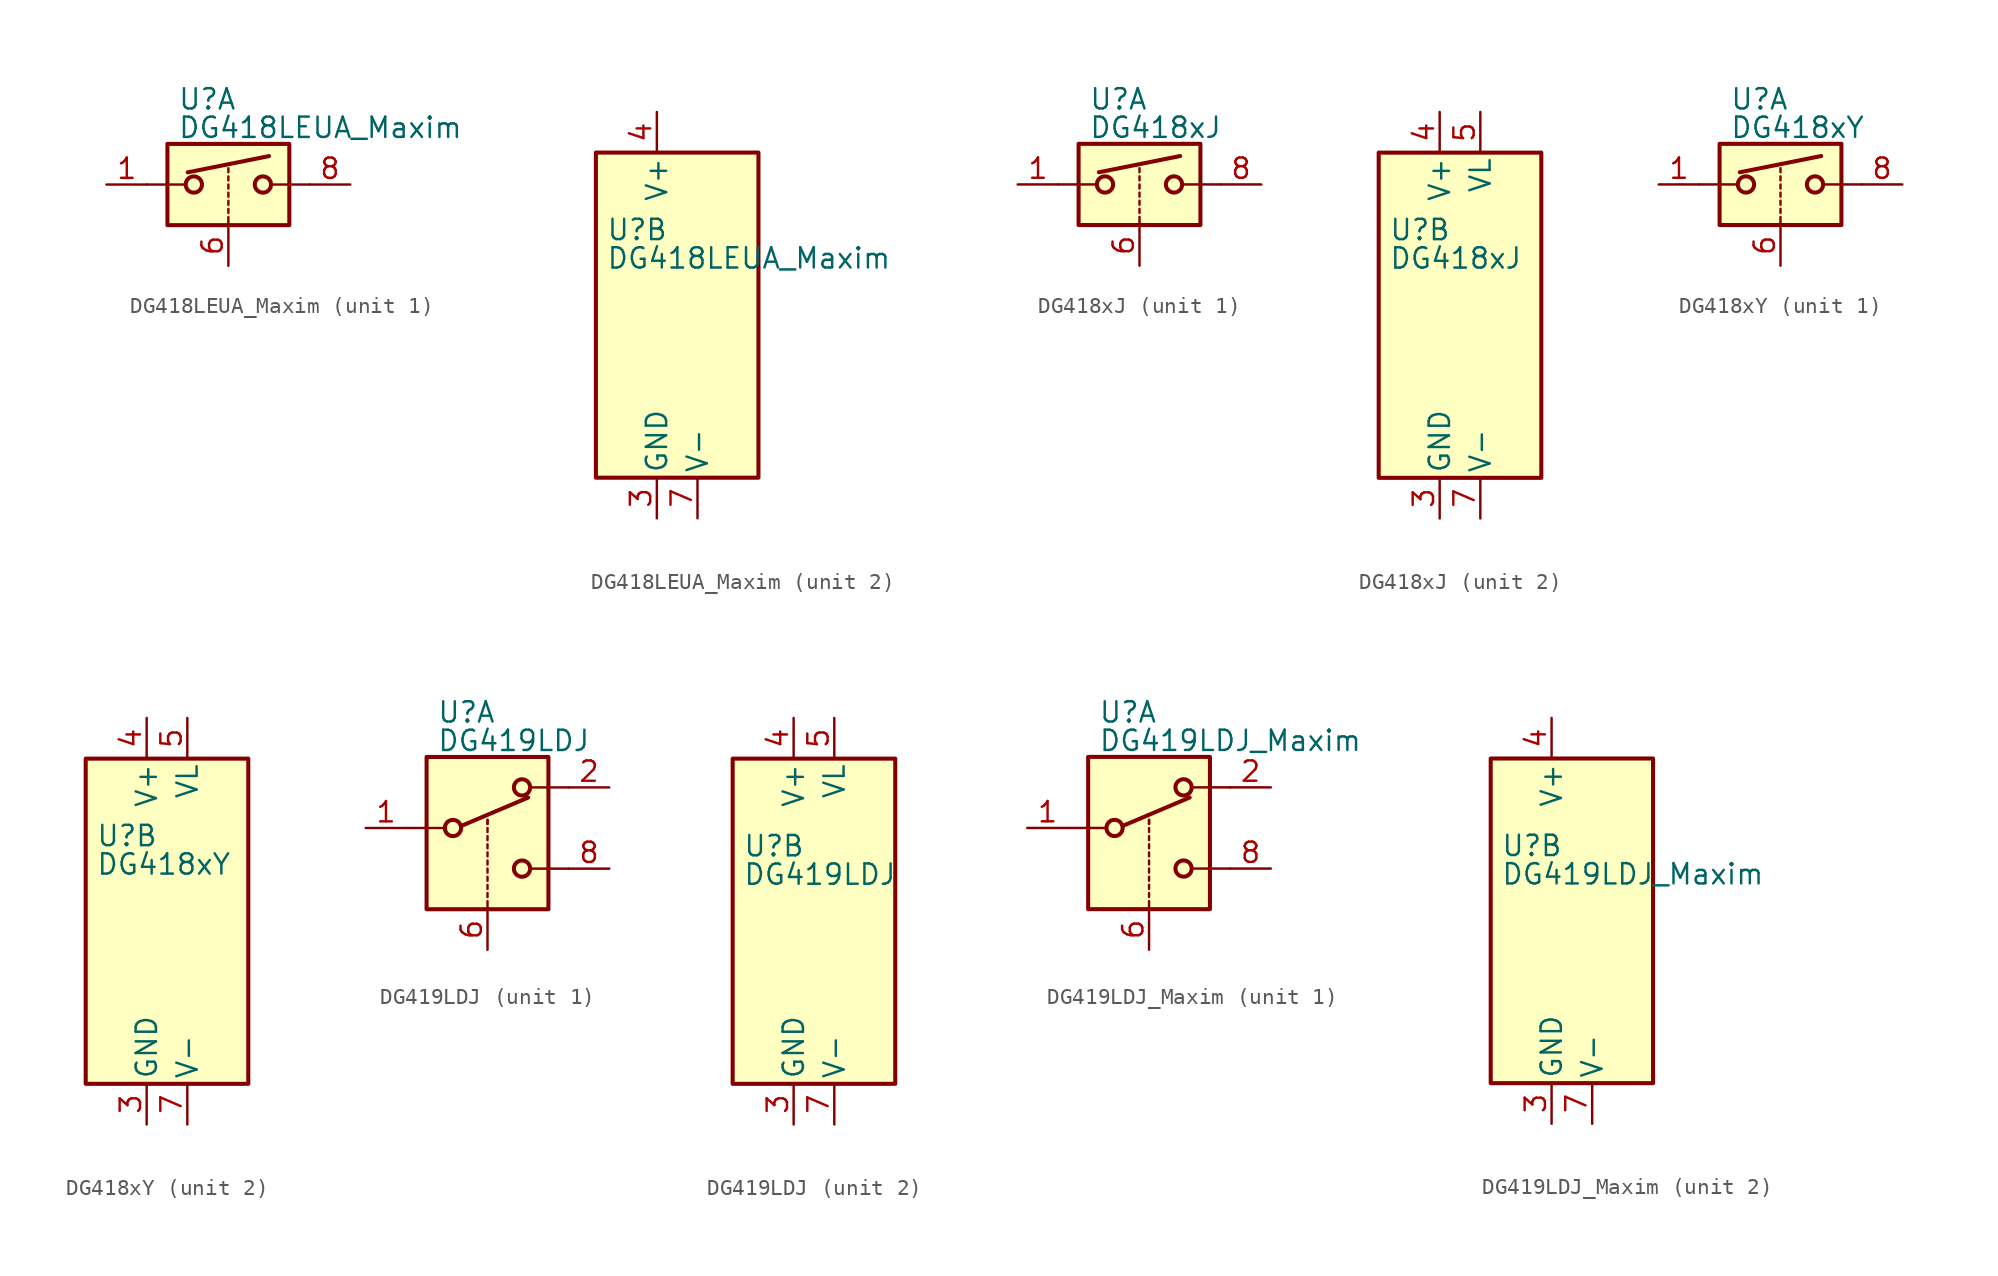
<source format=kicad_sym>
(kicad_symbol_lib
  (version 20220914)
  (generator kicad_symbol_editor)
  (symbol "DG418LEUA_Maxim"
    (pin_names
      (offset 0.254))
    (property "Reference" "U"
      (at -3.175 5.334 0)
      (effects (font (size 1.27 1.27)) (justify left)))
    (property "Value" "DG418LEUA_Maxim"
      (at -3.175 3.556 0)
      (effects (font (size 1.27 1.27)) (justify left)))
    (symbol "DG418LEUA_Maxim_1_1"
      (rectangle (start -3.81 2.54) (end 3.81 -2.54) (stroke (width 0.254) (type default)) (fill (type background)))
      (circle (center -2.159 0) (radius 0.508) (stroke (width 0.254) (type default)) (fill (type none)))
      (polyline (pts (xy -5.08 0) (xy -2.794 0)) (stroke (width 0) (type default)) (fill (type none)))
      (polyline (pts (xy -2.54 0.762) (xy 2.54 1.778)) (stroke (width 0.254) (type default)) (fill (type none)))
      (polyline (pts (xy 0 -2.54) (xy 0 -2.032)) (stroke (width 0) (type default)) (fill (type none)))
      (polyline (pts (xy 0 -1.778) (xy 0 -1.524)) (stroke (width 0) (type default)) (fill (type none)))
      (polyline (pts (xy 0 -1.27) (xy 0 -1.016)) (stroke (width 0) (type default)) (fill (type none)))
      (polyline (pts (xy 0 -0.762) (xy 0 -0.508)) (stroke (width 0) (type default)) (fill (type none)))
      (polyline (pts (xy 0 -0.254) (xy 0 0)) (stroke (width 0) (type default)) (fill (type none)))
      (polyline (pts (xy 0 0.254) (xy 0 0.508)) (stroke (width 0) (type default)) (fill (type none)))
      (polyline (pts (xy 0 0.762) (xy 0 1.016)) (stroke (width 0) (type default)) (fill (type none)))
      (polyline (pts (xy 5.08 0) (xy 2.794 0)) (stroke (width 0) (type default)) (fill (type none)))
      (circle (center 2.159 0) (radius 0.508) (stroke (width 0.254) (type default)) (fill (type none)))
      (pin passive line (at -7.62 0 0) (length 2.54) (name "~" (effects (font (size 1.27 1.27)))) (number "1" (effects (font (size 1.27 1.27)))))
      (pin input line (at 0 -5.08 90) (length 2.54) (name "~" (effects (font (size 1.27 1.27)))) (number "6" (effects (font (size 1.27 1.27)))))
      (pin passive line (at 7.62 0 180) (length 2.54) (name "~" (effects (font (size 1.27 1.27)))) (number "8" (effects (font (size 1.27 1.27))))))
    (symbol "DG418LEUA_Maxim_2_0"
      (pin no_connect line (at -2.54 10.16 270) (length 2.54) hide (name "NC" (effects (font (size 1.27 1.27)))) (number "2" (effects (font (size 1.27 1.27)))))
      (pin power_in line (at 0 -12.7 90) (length 2.54) (name "GND" (effects (font (size 1.27 1.27)))) (number "3" (effects (font (size 1.27 1.27)))))
      (pin power_in line (at 0 12.7 270) (length 2.54) (name "V+" (effects (font (size 1.27 1.27)))) (number "4" (effects (font (size 1.27 1.27)))))
      (pin no_connect line (at 2.54 10.16 270) (length 2.54) hide (name "NC" (effects (font (size 1.27 1.27)))) (number "5" (effects (font (size 1.27 1.27)))))
      (pin power_in line (at 2.54 -12.7 90) (length 2.54) (name "V-" (effects (font (size 1.27 1.27)))) (number "7" (effects (font (size 1.27 1.27))))))
    (symbol "DG418LEUA_Maxim_2_1"
      (rectangle (start -3.81 10.16) (end 6.35 -10.16) (stroke (width 0.254) (type default)) (fill (type background)))))
  (symbol "DG418xJ"
    (pin_names
      (offset 0.254))
    (property "Reference" "U"
      (at -3.175 5.334 0)
      (effects (font (size 1.27 1.27)) (justify left)))
    (property "Value" "DG418xJ"
      (at -3.175 3.556 0)
      (effects (font (size 1.27 1.27)) (justify left)))
    (symbol "DG418xJ_1_1"
      (rectangle (start -3.81 2.54) (end 3.81 -2.54) (stroke (width 0.254) (type default)) (fill (type background)))
      (circle (center -2.159 0) (radius 0.508) (stroke (width 0.254) (type default)) (fill (type none)))
      (polyline (pts (xy -5.08 0) (xy -2.794 0)) (stroke (width 0) (type default)) (fill (type none)))
      (polyline (pts (xy -2.54 0.762) (xy 2.54 1.778)) (stroke (width 0.254) (type default)) (fill (type none)))
      (polyline (pts (xy 0 -2.54) (xy 0 -2.032)) (stroke (width 0) (type default)) (fill (type none)))
      (polyline (pts (xy 0 -1.778) (xy 0 -1.524)) (stroke (width 0) (type default)) (fill (type none)))
      (polyline (pts (xy 0 -1.27) (xy 0 -1.016)) (stroke (width 0) (type default)) (fill (type none)))
      (polyline (pts (xy 0 -0.762) (xy 0 -0.508)) (stroke (width 0) (type default)) (fill (type none)))
      (polyline (pts (xy 0 -0.254) (xy 0 0)) (stroke (width 0) (type default)) (fill (type none)))
      (polyline (pts (xy 0 0.254) (xy 0 0.508)) (stroke (width 0) (type default)) (fill (type none)))
      (polyline (pts (xy 0 0.762) (xy 0 1.016)) (stroke (width 0) (type default)) (fill (type none)))
      (polyline (pts (xy 5.08 0) (xy 2.794 0)) (stroke (width 0) (type default)) (fill (type none)))
      (circle (center 2.159 0) (radius 0.508) (stroke (width 0.254) (type default)) (fill (type none)))
      (pin passive line (at -7.62 0 0) (length 2.54) (name "~" (effects (font (size 1.27 1.27)))) (number "1" (effects (font (size 1.27 1.27)))))
      (pin input line (at 0 -5.08 90) (length 2.54) (name "~" (effects (font (size 1.27 1.27)))) (number "6" (effects (font (size 1.27 1.27)))))
      (pin passive line (at 7.62 0 180) (length 2.54) (name "~" (effects (font (size 1.27 1.27)))) (number "8" (effects (font (size 1.27 1.27))))))
    (symbol "DG418xJ_2_0"
      (pin no_connect line (at -2.54 10.16 270) (length 2.54) hide (name "NC" (effects (font (size 1.27 1.27)))) (number "2" (effects (font (size 1.27 1.27)))))
      (pin power_in line (at 0 -12.7 90) (length 2.54) (name "GND" (effects (font (size 1.27 1.27)))) (number "3" (effects (font (size 1.27 1.27)))))
      (pin power_in line (at 0 12.7 270) (length 2.54) (name "V+" (effects (font (size 1.27 1.27)))) (number "4" (effects (font (size 1.27 1.27)))))
      (pin power_in line (at 2.54 12.7 270) (length 2.54) (name "VL" (effects (font (size 1.27 1.27)))) (number "5" (effects (font (size 1.27 1.27)))))
      (pin power_in line (at 2.54 -12.7 90) (length 2.54) (name "V-" (effects (font (size 1.27 1.27)))) (number "7" (effects (font (size 1.27 1.27))))))
    (symbol "DG418xJ_2_1"
      (rectangle (start -3.81 10.16) (end 6.35 -10.16) (stroke (width 0.254) (type default)) (fill (type background)))))
  (symbol "DG418xY"
    (pin_names
      (offset 0.254))
    (property "Reference" "U"
      (at -3.175 5.334 0)
      (effects (font (size 1.27 1.27)) (justify left)))
    (property "Value" "DG418xY"
      (at -3.175 3.556 0)
      (effects (font (size 1.27 1.27)) (justify left)))
    (symbol "DG418xY_1_1"
      (rectangle (start -3.81 2.54) (end 3.81 -2.54) (stroke (width 0.254) (type default)) (fill (type background)))
      (circle (center -2.159 0) (radius 0.508) (stroke (width 0.254) (type default)) (fill (type none)))
      (polyline (pts (xy -5.08 0) (xy -2.794 0)) (stroke (width 0) (type default)) (fill (type none)))
      (polyline (pts (xy -2.54 0.762) (xy 2.54 1.778)) (stroke (width 0.254) (type default)) (fill (type none)))
      (polyline (pts (xy 0 -2.54) (xy 0 -2.032)) (stroke (width 0) (type default)) (fill (type none)))
      (polyline (pts (xy 0 -1.778) (xy 0 -1.524)) (stroke (width 0) (type default)) (fill (type none)))
      (polyline (pts (xy 0 -1.27) (xy 0 -1.016)) (stroke (width 0) (type default)) (fill (type none)))
      (polyline (pts (xy 0 -0.762) (xy 0 -0.508)) (stroke (width 0) (type default)) (fill (type none)))
      (polyline (pts (xy 0 -0.254) (xy 0 0)) (stroke (width 0) (type default)) (fill (type none)))
      (polyline (pts (xy 0 0.254) (xy 0 0.508)) (stroke (width 0) (type default)) (fill (type none)))
      (polyline (pts (xy 0 0.762) (xy 0 1.016)) (stroke (width 0) (type default)) (fill (type none)))
      (polyline (pts (xy 5.08 0) (xy 2.794 0)) (stroke (width 0) (type default)) (fill (type none)))
      (circle (center 2.159 0) (radius 0.508) (stroke (width 0.254) (type default)) (fill (type none)))
      (pin passive line (at -7.62 0 0) (length 2.54) (name "~" (effects (font (size 1.27 1.27)))) (number "1" (effects (font (size 1.27 1.27)))))
      (pin input line (at 0 -5.08 90) (length 2.54) (name "~" (effects (font (size 1.27 1.27)))) (number "6" (effects (font (size 1.27 1.27)))))
      (pin passive line (at 7.62 0 180) (length 2.54) (name "~" (effects (font (size 1.27 1.27)))) (number "8" (effects (font (size 1.27 1.27))))))
    (symbol "DG418xY_2_0"
      (pin no_connect line (at -2.54 10.16 270) (length 2.54) hide (name "NC" (effects (font (size 1.27 1.27)))) (number "2" (effects (font (size 1.27 1.27)))))
      (pin power_in line (at 0 -12.7 90) (length 2.54) (name "GND" (effects (font (size 1.27 1.27)))) (number "3" (effects (font (size 1.27 1.27)))))
      (pin power_in line (at 0 12.7 270) (length 2.54) (name "V+" (effects (font (size 1.27 1.27)))) (number "4" (effects (font (size 1.27 1.27)))))
      (pin power_in line (at 2.54 12.7 270) (length 2.54) (name "VL" (effects (font (size 1.27 1.27)))) (number "5" (effects (font (size 1.27 1.27)))))
      (pin power_in line (at 2.54 -12.7 90) (length 2.54) (name "V-" (effects (font (size 1.27 1.27)))) (number "7" (effects (font (size 1.27 1.27))))))
    (symbol "DG418xY_2_1"
      (rectangle (start -3.81 10.16) (end 6.35 -10.16) (stroke (width 0.254) (type default)) (fill (type background)))))
  (symbol "DG419LDJ"
    (pin_names
      (offset 0.254))
    (property "Reference" "U"
      (at -3.175 4.699 0)
      (effects (font (size 1.27 1.27)) (justify left)))
    (property "Value" "DG419LDJ"
      (at -3.175 2.921 0)
      (effects (font (size 1.27 1.27)) (justify left)))
    (symbol "DG419LDJ_1_1"
      (rectangle (start -3.81 1.905) (end 3.81 -7.62) (stroke (width 0.254) (type default)) (fill (type background)))
      (circle (center -2.159 -2.54) (radius 0.508) (stroke (width 0.254) (type default)) (fill (type none)))
      (polyline (pts (xy -5.08 -2.54) (xy -2.794 -2.54)) (stroke (width 0) (type default)) (fill (type none)))
      (polyline (pts (xy -1.651 -2.413) (xy 2.54 -0.635)) (stroke (width 0.254) (type default)) (fill (type none)))
      (polyline (pts (xy 0 -7.62) (xy 0 -7.112)) (stroke (width 0) (type default)) (fill (type none)))
      (polyline (pts (xy 0 -6.858) (xy 0 -6.604)) (stroke (width 0) (type default)) (fill (type none)))
      (polyline (pts (xy 0 -6.35) (xy 0 -6.096)) (stroke (width 0) (type default)) (fill (type none)))
      (polyline (pts (xy 0 -5.842) (xy 0 -5.588)) (stroke (width 0) (type default)) (fill (type none)))
      (polyline (pts (xy 0 -5.334) (xy 0 -5.08)) (stroke (width 0) (type default)) (fill (type none)))
      (polyline (pts (xy 0 -4.826) (xy 0 -4.572)) (stroke (width 0) (type default)) (fill (type none)))
      (polyline (pts (xy 0 -4.318) (xy 0 -4.064)) (stroke (width 0) (type default)) (fill (type none)))
      (polyline (pts (xy 0 -3.81) (xy 0 -3.556)) (stroke (width 0) (type default)) (fill (type none)))
      (polyline (pts (xy 0 -3.302) (xy 0 -3.048)) (stroke (width 0) (type default)) (fill (type none)))
      (polyline (pts (xy 0 -2.794) (xy 0 -2.54)) (stroke (width 0) (type default)) (fill (type none)))
      (polyline (pts (xy 0 -2.286) (xy 0 -2.032)) (stroke (width 0) (type default)) (fill (type none)))
      (polyline (pts (xy 0 -2.286) (xy 0 -2.032)) (stroke (width 0) (type default)) (fill (type none)))
      (polyline (pts (xy 5.08 -5.08) (xy 2.794 -5.08)) (stroke (width 0) (type default)) (fill (type none)))
      (polyline (pts (xy 5.08 0) (xy 2.794 0)) (stroke (width 0) (type default)) (fill (type none)))
      (circle (center 2.159 -5.08) (radius 0.508) (stroke (width 0.254) (type default)) (fill (type none)))
      (circle (center 2.159 0) (radius 0.508) (stroke (width 0.254) (type default)) (fill (type none)))
      (pin passive line (at -7.62 -2.54 0) (length 2.54) (name "~" (effects (font (size 1.27 1.27)))) (number "1" (effects (font (size 1.27 1.27)))))
      (pin passive line (at 7.62 0 180) (length 2.54) (name "~" (effects (font (size 1.27 1.27)))) (number "2" (effects (font (size 1.27 1.27)))))
      (pin input line (at 0 -10.16 90) (length 2.54) (name "~" (effects (font (size 1.27 1.27)))) (number "6" (effects (font (size 1.27 1.27)))))
      (pin passive line (at 7.62 -5.08 180) (length 2.54) (name "~" (effects (font (size 1.27 1.27)))) (number "8" (effects (font (size 1.27 1.27))))))
    (symbol "DG419LDJ_2_0"
      (pin power_in line (at 0 -12.7 90) (length 2.54) (name "GND" (effects (font (size 1.27 1.27)))) (number "3" (effects (font (size 1.27 1.27)))))
      (pin power_in line (at 0 12.7 270) (length 2.54) (name "V+" (effects (font (size 1.27 1.27)))) (number "4" (effects (font (size 1.27 1.27)))))
      (pin power_in line (at 2.54 12.7 270) (length 2.54) (name "VL" (effects (font (size 1.27 1.27)))) (number "5" (effects (font (size 1.27 1.27)))))
      (pin power_in line (at 2.54 -12.7 90) (length 2.54) (name "V-" (effects (font (size 1.27 1.27)))) (number "7" (effects (font (size 1.27 1.27))))))
    (symbol "DG419LDJ_2_1"
      (rectangle (start -3.81 10.16) (end 6.35 -10.16) (stroke (width 0.254) (type default)) (fill (type background)))))
  (symbol "DG419LDJ_Maxim"
    (pin_names
      (offset 0.254))
    (property "Reference" "U"
      (at -3.175 4.699 0)
      (effects (font (size 1.27 1.27)) (justify left)))
    (property "Value" "DG419LDJ_Maxim"
      (at -3.175 2.921 0)
      (effects (font (size 1.27 1.27)) (justify left)))
    (symbol "DG419LDJ_Maxim_1_1"
      (rectangle (start -3.81 1.905) (end 3.81 -7.62) (stroke (width 0.254) (type default)) (fill (type background)))
      (circle (center -2.159 -2.54) (radius 0.508) (stroke (width 0.254) (type default)) (fill (type none)))
      (polyline (pts (xy -5.08 -2.54) (xy -2.794 -2.54)) (stroke (width 0) (type default)) (fill (type none)))
      (polyline (pts (xy -1.651 -2.413) (xy 2.54 -0.635)) (stroke (width 0.254) (type default)) (fill (type none)))
      (polyline (pts (xy 0 -7.62) (xy 0 -7.112)) (stroke (width 0) (type default)) (fill (type none)))
      (polyline (pts (xy 0 -6.858) (xy 0 -6.604)) (stroke (width 0) (type default)) (fill (type none)))
      (polyline (pts (xy 0 -6.35) (xy 0 -6.096)) (stroke (width 0) (type default)) (fill (type none)))
      (polyline (pts (xy 0 -5.842) (xy 0 -5.588)) (stroke (width 0) (type default)) (fill (type none)))
      (polyline (pts (xy 0 -5.334) (xy 0 -5.08)) (stroke (width 0) (type default)) (fill (type none)))
      (polyline (pts (xy 0 -4.826) (xy 0 -4.572)) (stroke (width 0) (type default)) (fill (type none)))
      (polyline (pts (xy 0 -4.318) (xy 0 -4.064)) (stroke (width 0) (type default)) (fill (type none)))
      (polyline (pts (xy 0 -3.81) (xy 0 -3.556)) (stroke (width 0) (type default)) (fill (type none)))
      (polyline (pts (xy 0 -3.302) (xy 0 -3.048)) (stroke (width 0) (type default)) (fill (type none)))
      (polyline (pts (xy 0 -2.794) (xy 0 -2.54)) (stroke (width 0) (type default)) (fill (type none)))
      (polyline (pts (xy 0 -2.286) (xy 0 -2.032)) (stroke (width 0) (type default)) (fill (type none)))
      (polyline (pts (xy 0 -2.286) (xy 0 -2.032)) (stroke (width 0) (type default)) (fill (type none)))
      (polyline (pts (xy 5.08 -5.08) (xy 2.794 -5.08)) (stroke (width 0) (type default)) (fill (type none)))
      (polyline (pts (xy 5.08 0) (xy 2.794 0)) (stroke (width 0) (type default)) (fill (type none)))
      (circle (center 2.159 -5.08) (radius 0.508) (stroke (width 0.254) (type default)) (fill (type none)))
      (circle (center 2.159 0) (radius 0.508) (stroke (width 0.254) (type default)) (fill (type none)))
      (pin passive line (at -7.62 -2.54 0) (length 2.54) (name "~" (effects (font (size 1.27 1.27)))) (number "1" (effects (font (size 1.27 1.27)))))
      (pin passive line (at 7.62 0 180) (length 2.54) (name "~" (effects (font (size 1.27 1.27)))) (number "2" (effects (font (size 1.27 1.27)))))
      (pin input line (at 0 -10.16 90) (length 2.54) (name "~" (effects (font (size 1.27 1.27)))) (number "6" (effects (font (size 1.27 1.27)))))
      (pin passive line (at 7.62 -5.08 180) (length 2.54) (name "~" (effects (font (size 1.27 1.27)))) (number "8" (effects (font (size 1.27 1.27))))))
    (symbol "DG419LDJ_Maxim_2_0"
      (pin power_in line (at 0 -12.7 90) (length 2.54) (name "GND" (effects (font (size 1.27 1.27)))) (number "3" (effects (font (size 1.27 1.27)))))
      (pin power_in line (at 0 12.7 270) (length 2.54) (name "V+" (effects (font (size 1.27 1.27)))) (number "4" (effects (font (size 1.27 1.27)))))
      (pin no_connect line (at 2.54 10.16 270) (length 2.54) hide (name "NC" (effects (font (size 1.27 1.27)))) (number "5" (effects (font (size 1.27 1.27)))))
      (pin power_in line (at 2.54 -12.7 90) (length 2.54) (name "V-" (effects (font (size 1.27 1.27)))) (number "7" (effects (font (size 1.27 1.27))))))
    (symbol "DG419LDJ_Maxim_2_1"
      (rectangle (start -3.81 10.16) (end 6.35 -10.16) (stroke (width 0.254) (type default)) (fill (type background))))))
</source>
